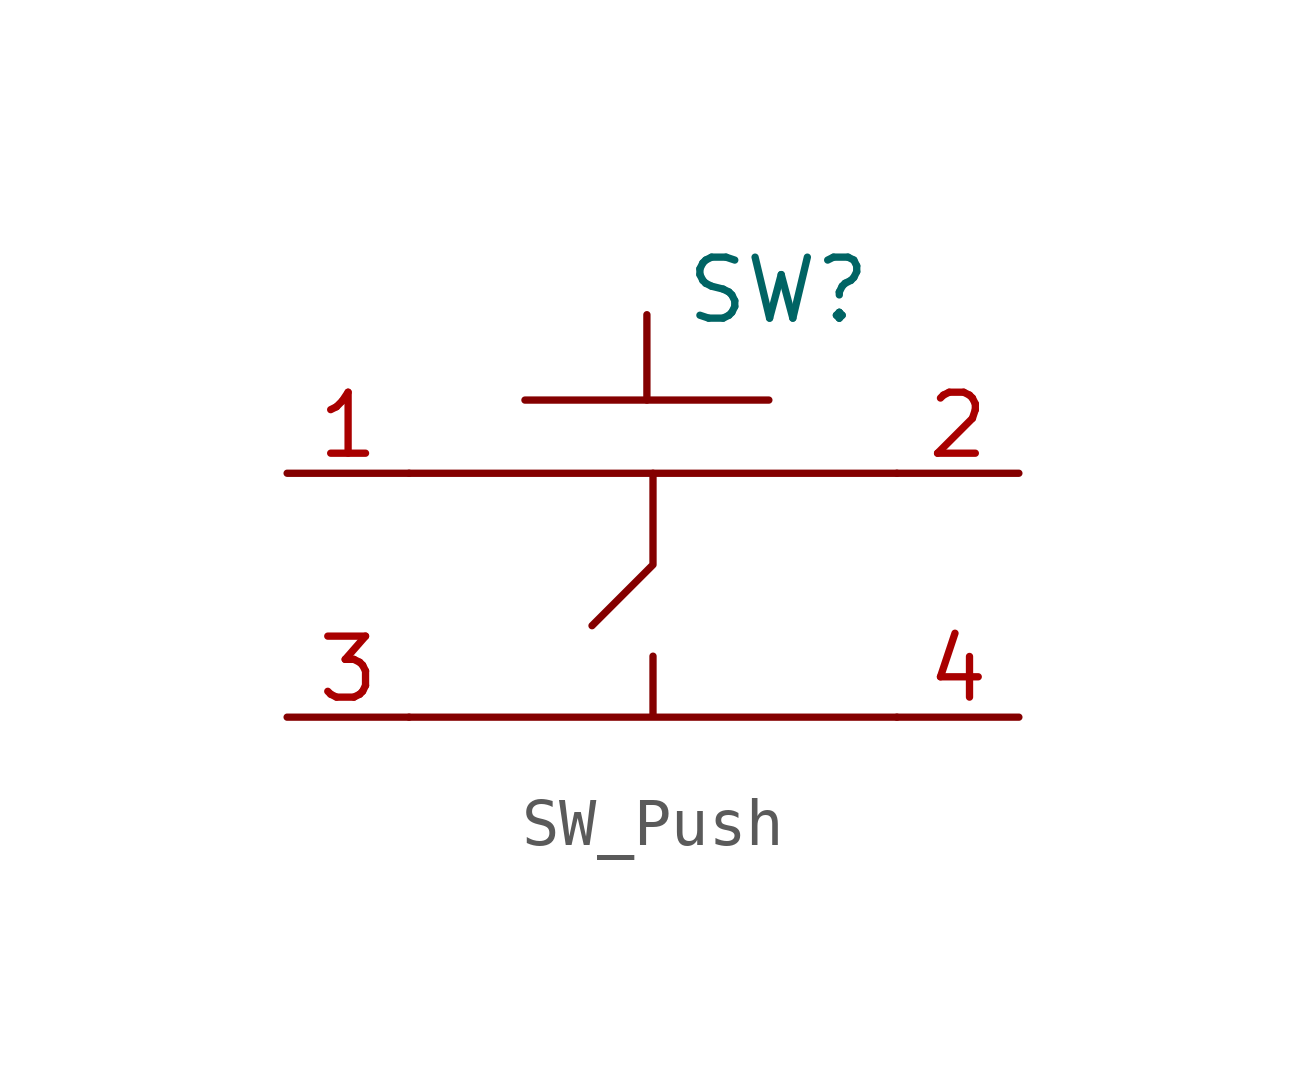
<source format=kicad_sym>
(kicad_symbol_lib
  (version 20241209)
  (generator "kicad_symbol_editor")
  (generator_version "9.0")
  (symbol "SW_Push"
    (pin_names
      (offset 0.002)
      (hide yes))
    (property "Reference" "SW"
      (at 0.635 3.81 0)
      (effects (font (size 1.27 1.27)) (justify left)))
    (symbol "SW_Push_0_1"
      (polyline (pts (xy -5.08 0) (xy 5.08 0)) (stroke (width 0) (type default)) (fill (type none)))
      (polyline (pts (xy -0.127 1.524) (xy -0.127 3.302)) (stroke (width 0) (type default)) (fill (type none)))
      (polyline (pts (xy 0 0) (xy 0 -1.905) (xy -1.27 -3.175)) (stroke (width 0) (type default)) (fill (type none)))
      (polyline (pts (xy 0 -3.81) (xy 0 -5.08) (xy -5.08 -5.08) (xy 5.08 -5.08)) (stroke (width 0) (type default)) (fill (type none)))
      (polyline (pts (xy 2.413 1.524) (xy -2.667 1.524)) (stroke (width 0) (type default)) (fill (type none)))
      (pin passive line (at -7.62 0 0) (length 2.54) (name "1" (effects (font (size 1.27 1.27)))) (number "1" (effects (font (size 1.27 1.27))))))
    (symbol "SW_Push_1_1"
      (pin passive line (at -7.62 -5.08 0) (length 2.54) (name "1" (effects (font (size 1.27 1.27)))) (number "3" (effects (font (size 1.27 1.27)))))
      (pin passive line (at 7.62 0 180) (length 2.54) (name "2" (effects (font (size 1.27 1.27)))) (number "2" (effects (font (size 1.27 1.27)))))
      (pin passive line (at 7.62 -5.08 180) (length 2.54) (name "2" (effects (font (size 1.27 1.27)))) (number "4" (effects (font (size 1.27 1.27))))))))
</source>
